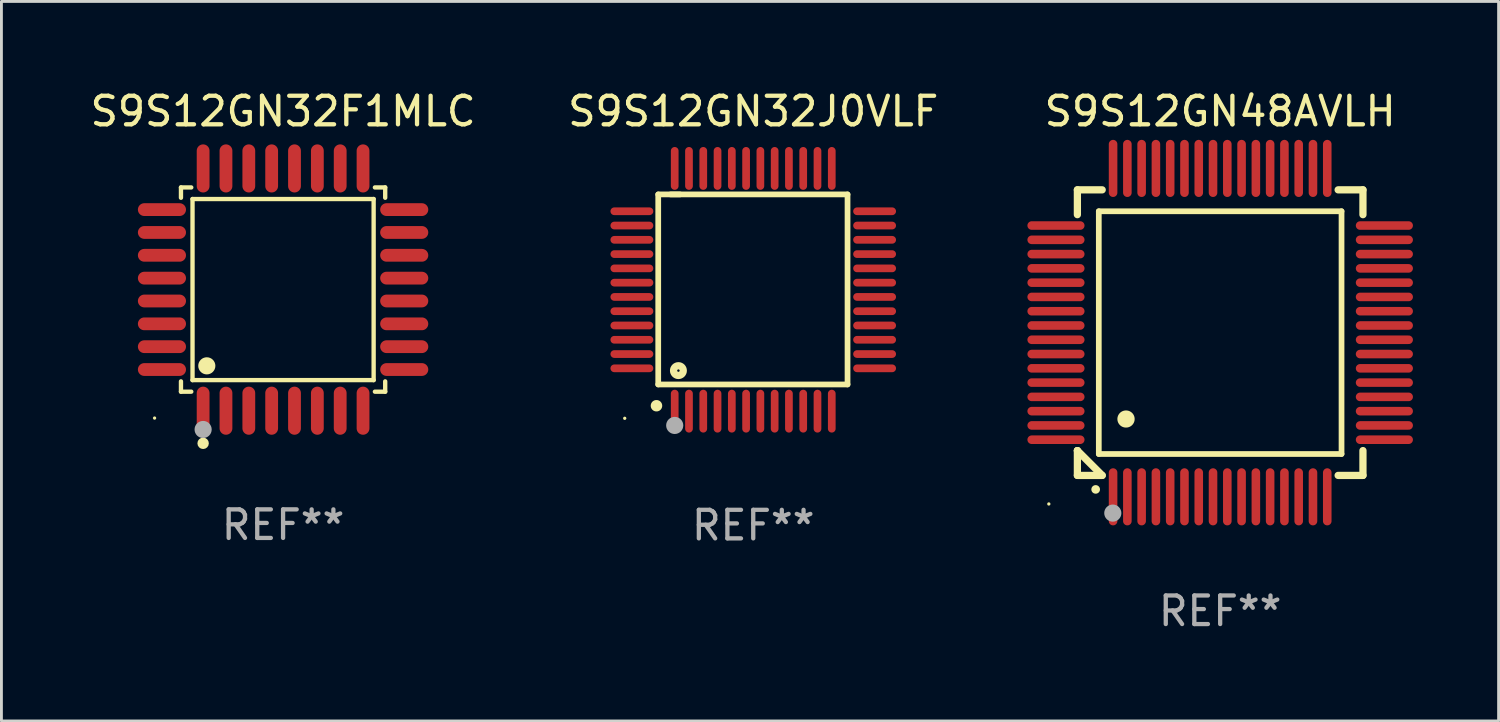
<source format=kicad_pcb>
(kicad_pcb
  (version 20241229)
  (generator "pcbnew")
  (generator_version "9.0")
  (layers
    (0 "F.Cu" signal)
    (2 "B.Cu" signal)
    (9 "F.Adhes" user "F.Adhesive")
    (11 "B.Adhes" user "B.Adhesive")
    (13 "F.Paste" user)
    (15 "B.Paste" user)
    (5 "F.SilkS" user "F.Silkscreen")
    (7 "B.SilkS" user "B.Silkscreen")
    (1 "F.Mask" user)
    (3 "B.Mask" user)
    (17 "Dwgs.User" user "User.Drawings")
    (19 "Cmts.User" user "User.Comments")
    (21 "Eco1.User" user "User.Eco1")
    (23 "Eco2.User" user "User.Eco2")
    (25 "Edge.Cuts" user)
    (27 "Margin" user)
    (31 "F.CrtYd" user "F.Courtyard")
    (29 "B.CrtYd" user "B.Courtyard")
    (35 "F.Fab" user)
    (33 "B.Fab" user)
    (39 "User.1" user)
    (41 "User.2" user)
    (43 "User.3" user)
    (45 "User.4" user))
  (footprint "S9S12GN32F1MLC"
    (layer "F.Cu")
    (at 6.863 7.09)
    (property "Reference" "S9S12GN32F1MLC" (at 0 -6.242 0) (layer "F.SilkS") (effects (font (size 1 1) (thickness 0.15))))
    (attr through_hole)
    (fp_line (start -3.576 -3.576) (end -3.215 -3.576) (stroke (width 0.152) (type solid)) (layer "F.SilkS"))
    (fp_line (start -3.576 -3.215) (end -3.576 -3.576) (stroke (width 0.152) (type solid)) (layer "F.SilkS"))
    (fp_line (start -3.576 3.215) (end -3.576 3.576) (stroke (width 0.152) (type solid)) (layer "F.SilkS"))
    (fp_line (start -3.576 3.576) (end -3.215 3.576) (stroke (width 0.152) (type solid)) (layer "F.SilkS"))
    (fp_line (start -3.171 -3.171) (end 3.171 -3.171) (stroke (width 0.152) (type solid)) (layer "F.SilkS"))
    (fp_line (start -3.171 3.171) (end -3.171 -3.171) (stroke (width 0.152) (type solid)) (layer "F.SilkS"))
    (fp_line (start 3.171 -3.171) (end 3.171 3.171) (stroke (width 0.152) (type solid)) (layer "F.SilkS"))
    (fp_line (start 3.171 3.171) (end -3.171 3.171) (stroke (width 0.152) (type solid)) (layer "F.SilkS"))
    (fp_line (start 3.576 -3.576) (end 3.215 -3.576) (stroke (width 0.152) (type solid)) (layer "F.SilkS"))
    (fp_line (start 3.576 -3.215) (end 3.576 -3.576) (stroke (width 0.152) (type solid)) (layer "F.SilkS"))
    (fp_line (start 3.576 3.215) (end 3.576 3.576) (stroke (width 0.152) (type solid)) (layer "F.SilkS"))
    (fp_line (start 3.576 3.576) (end 3.215 3.576) (stroke (width 0.152) (type solid)) (layer "F.SilkS"))
    (fp_circle (center -4.5 4.5) (end -4.47 4.5) (stroke (width 0.06) (type solid)) (fill no) (layer "F.SilkS"))
    (fp_circle (center -2.8 5.384) (end -2.7 5.384) (stroke (width 0.2) (type solid)) (fill no) (layer "F.SilkS"))
    (fp_circle (center -2.671 2.671) (end -2.521 2.671) (stroke (width 0.3) (type solid)) (fill no) (layer "F.SilkS"))
    (fp_circle (center -2.8 4.9) (end -2.65 4.9) (stroke (width 0.3) (type solid)) (fill no) (layer "F.Fab"))
    (fp_text user "REF**" (at 0 8.242 0) (layer "F.Fab") (effects (font (size 1 1) (thickness 0.15))))
    (pad "1" smd oval (at -2.8 4.242) (size 0.448 1.684) (layers "F.Cu" "F.Mask" "F.Paste"))
    (pad "2" smd oval (at -2 4.242) (size 0.448 1.684) (layers "F.Cu" "F.Mask" "F.Paste"))
    (pad "3" smd oval (at -1.2 4.242) (size 0.448 1.684) (layers "F.Cu" "F.Mask" "F.Paste"))
    (pad "4" smd oval (at -0.4 4.242) (size 0.448 1.684) (layers "F.Cu" "F.Mask" "F.Paste"))
    (pad "5" smd oval (at 0.4 4.242) (size 0.448 1.684) (layers "F.Cu" "F.Mask" "F.Paste"))
    (pad "6" smd oval (at 1.2 4.242) (size 0.448 1.684) (layers "F.Cu" "F.Mask" "F.Paste"))
    (pad "7" smd oval (at 2 4.242) (size 0.448 1.684) (layers "F.Cu" "F.Mask" "F.Paste"))
    (pad "8" smd oval (at 2.8 4.242) (size 0.448 1.684) (layers "F.Cu" "F.Mask" "F.Paste"))
    (pad "9" smd oval (at 4.242 2.8) (size 1.684 0.448) (layers "F.Cu" "F.Mask" "F.Paste"))
    (pad "10" smd oval (at 4.242 2) (size 1.684 0.448) (layers "F.Cu" "F.Mask" "F.Paste"))
    (pad "11" smd oval (at 4.242 1.2) (size 1.684 0.448) (layers "F.Cu" "F.Mask" "F.Paste"))
    (pad "12" smd oval (at 4.242 0.4) (size 1.684 0.448) (layers "F.Cu" "F.Mask" "F.Paste"))
    (pad "13" smd oval (at 4.242 -0.4) (size 1.684 0.448) (layers "F.Cu" "F.Mask" "F.Paste"))
    (pad "14" smd oval (at 4.242 -1.2) (size 1.684 0.448) (layers "F.Cu" "F.Mask" "F.Paste"))
    (pad "15" smd oval (at 4.242 -2) (size 1.684 0.448) (layers "F.Cu" "F.Mask" "F.Paste"))
    (pad "16" smd oval (at 4.242 -2.8) (size 1.684 0.448) (layers "F.Cu" "F.Mask" "F.Paste"))
    (pad "17" smd oval (at 2.8 -4.242) (size 0.448 1.684) (layers "F.Cu" "F.Mask" "F.Paste"))
    (pad "18" smd oval (at 2 -4.242) (size 0.448 1.684) (layers "F.Cu" "F.Mask" "F.Paste"))
    (pad "19" smd oval (at 1.2 -4.242) (size 0.448 1.684) (layers "F.Cu" "F.Mask" "F.Paste"))
    (pad "20" smd oval (at 0.4 -4.242) (size 0.448 1.684) (layers "F.Cu" "F.Mask" "F.Paste"))
    (pad "21" smd oval (at -0.4 -4.242) (size 0.448 1.684) (layers "F.Cu" "F.Mask" "F.Paste"))
    (pad "22" smd oval (at -1.2 -4.242) (size 0.448 1.684) (layers "F.Cu" "F.Mask" "F.Paste"))
    (pad "23" smd oval (at -2 -4.242) (size 0.448 1.684) (layers "F.Cu" "F.Mask" "F.Paste"))
    (pad "24" smd oval (at -2.8 -4.242) (size 0.448 1.684) (layers "F.Cu" "F.Mask" "F.Paste"))
    (pad "25" smd oval (at -4.242 -2.8) (size 1.684 0.448) (layers "F.Cu" "F.Mask" "F.Paste"))
    (pad "26" smd oval (at -4.242 -2) (size 1.684 0.448) (layers "F.Cu" "F.Mask" "F.Paste"))
    (pad "27" smd oval (at -4.242 -1.2) (size 1.684 0.448) (layers "F.Cu" "F.Mask" "F.Paste"))
    (pad "28" smd oval (at -4.242 -0.4) (size 1.684 0.448) (layers "F.Cu" "F.Mask" "F.Paste"))
    (pad "29" smd oval (at -4.242 0.4) (size 1.684 0.448) (layers "F.Cu" "F.Mask" "F.Paste"))
    (pad "30" smd oval (at -4.242 1.2) (size 1.684 0.448) (layers "F.Cu" "F.Mask" "F.Paste"))
    (pad "31" smd oval (at -4.242 2) (size 1.684 0.448) (layers "F.Cu" "F.Mask" "F.Paste"))
    (pad "32" smd oval (at -4.242 2.8) (size 1.684 0.448) (layers "F.Cu" "F.Mask" "F.Paste")))
  (footprint "S9S12GN32J0VLF"
    (layer "F.Cu")
    (at 23.327 7.098)
    (property "Reference" "S9S12GN32J0VLF" (at 0 -6.25 0) (layer "F.SilkS") (effects (font (size 1 1) (thickness 0.15))))
    (attr through_hole)
    (fp_line (start -3.327 -3.34) (end -2.565 -3.34) (stroke (width 0.2) (type solid)) (layer "F.SilkS"))
    (fp_line (start -3.327 3.315) (end -3.327 -3.34) (stroke (width 0.2) (type solid)) (layer "F.SilkS"))
    (fp_line (start -2.896 -3.34) (end 3.302 -3.34) (stroke (width 0.2) (type solid)) (layer "F.SilkS"))
    (fp_line (start 3.302 -3.34) (end 3.302 3.315) (stroke (width 0.2) (type solid)) (layer "F.SilkS"))
    (fp_line (start 3.302 3.315) (end -3.327 3.315) (stroke (width 0.2) (type solid)) (layer "F.SilkS"))
    (fp_arc (start -3.389992 4.059995) (mid -3.388722 4.059991) (end -3.387452 4.059995) (stroke (width 0.4) (type solid)) (layer "F.SilkS"))
    (fp_circle (center -4.5 4.5) (end -4.47 4.5) (stroke (width 0.06) (type solid)) (fill no) (layer "F.SilkS"))
    (fp_circle (center -2.62 2.83) (end -2.45 2.83) (stroke (width 0.254) (type solid)) (fill no) (layer "F.SilkS"))
    (fp_circle (center -2.75 4.75) (end -2.6 4.75) (stroke (width 0.3) (type solid)) (fill no) (layer "F.Fab"))
    (fp_text user "REF**" (at 0 8.25 0) (layer "F.Fab") (effects (font (size 1 1) (thickness 0.15))))
    (pad "1" smd oval (at -2.75 4.25) (size 0.27 1.5) (layers "F.Cu" "F.Mask" "F.Paste"))
    (pad "2" smd oval (at -2.25 4.25) (size 0.27 1.5) (layers "F.Cu" "F.Mask" "F.Paste"))
    (pad "3" smd oval (at -1.75 4.25) (size 0.27 1.5) (layers "F.Cu" "F.Mask" "F.Paste"))
    (pad "4" smd oval (at -1.25 4.25) (size 0.27 1.5) (layers "F.Cu" "F.Mask" "F.Paste"))
    (pad "5" smd oval (at -0.75 4.25) (size 0.27 1.5) (layers "F.Cu" "F.Mask" "F.Paste"))
    (pad "6" smd oval (at -0.25 4.25) (size 0.27 1.5) (layers "F.Cu" "F.Mask" "F.Paste"))
    (pad "7" smd oval (at 0.25 4.25) (size 0.27 1.5) (layers "F.Cu" "F.Mask" "F.Paste"))
    (pad "8" smd oval (at 0.75 4.25) (size 0.27 1.5) (layers "F.Cu" "F.Mask" "F.Paste"))
    (pad "9" smd oval (at 1.25 4.25) (size 0.27 1.5) (layers "F.Cu" "F.Mask" "F.Paste"))
    (pad "10" smd oval (at 1.75 4.25) (size 0.27 1.5) (layers "F.Cu" "F.Mask" "F.Paste"))
    (pad "11" smd oval (at 2.25 4.25) (size 0.27 1.5) (layers "F.Cu" "F.Mask" "F.Paste"))
    (pad "12" smd oval (at 2.75 4.25) (size 0.27 1.5) (layers "F.Cu" "F.Mask" "F.Paste"))
    (pad "13" smd oval (at 4.25 2.75) (size 1.5 0.27) (layers "F.Cu" "F.Mask" "F.Paste"))
    (pad "14" smd oval (at 4.25 2.25) (size 1.5 0.27) (layers "F.Cu" "F.Mask" "F.Paste"))
    (pad "15" smd oval (at 4.25 1.75) (size 1.5 0.27) (layers "F.Cu" "F.Mask" "F.Paste"))
    (pad "16" smd oval (at 4.25 1.25) (size 1.5 0.27) (layers "F.Cu" "F.Mask" "F.Paste"))
    (pad "17" smd oval (at 4.25 0.75) (size 1.5 0.27) (layers "F.Cu" "F.Mask" "F.Paste"))
    (pad "18" smd oval (at 4.25 0.25) (size 1.5 0.27) (layers "F.Cu" "F.Mask" "F.Paste"))
    (pad "19" smd oval (at 4.25 -0.25) (size 1.5 0.27) (layers "F.Cu" "F.Mask" "F.Paste"))
    (pad "20" smd oval (at 4.25 -0.75) (size 1.5 0.27) (layers "F.Cu" "F.Mask" "F.Paste"))
    (pad "21" smd oval (at 4.25 -1.25) (size 1.5 0.27) (layers "F.Cu" "F.Mask" "F.Paste"))
    (pad "22" smd oval (at 4.25 -1.75) (size 1.5 0.27) (layers "F.Cu" "F.Mask" "F.Paste"))
    (pad "23" smd oval (at 4.25 -2.25) (size 1.5 0.27) (layers "F.Cu" "F.Mask" "F.Paste"))
    (pad "24" smd oval (at 4.25 -2.75) (size 1.5 0.27) (layers "F.Cu" "F.Mask" "F.Paste"))
    (pad "25" smd oval (at 2.75 -4.25) (size 0.27 1.5) (layers "F.Cu" "F.Mask" "F.Paste"))
    (pad "26" smd oval (at 2.25 -4.25) (size 0.27 1.5) (layers "F.Cu" "F.Mask" "F.Paste"))
    (pad "27" smd oval (at 1.75 -4.25) (size 0.27 1.5) (layers "F.Cu" "F.Mask" "F.Paste"))
    (pad "28" smd oval (at 1.25 -4.25) (size 0.27 1.5) (layers "F.Cu" "F.Mask" "F.Paste"))
    (pad "29" smd oval (at 0.75 -4.25) (size 0.27 1.5) (layers "F.Cu" "F.Mask" "F.Paste"))
    (pad "30" smd oval (at 0.25 -4.25) (size 0.27 1.5) (layers "F.Cu" "F.Mask" "F.Paste"))
    (pad "31" smd oval (at -0.25 -4.25) (size 0.27 1.5) (layers "F.Cu" "F.Mask" "F.Paste"))
    (pad "32" smd oval (at -0.75 -4.25) (size 0.27 1.5) (layers "F.Cu" "F.Mask" "F.Paste"))
    (pad "33" smd oval (at -1.25 -4.25) (size 0.27 1.5) (layers "F.Cu" "F.Mask" "F.Paste"))
    (pad "34" smd oval (at -1.75 -4.25) (size 0.27 1.5) (layers "F.Cu" "F.Mask" "F.Paste"))
    (pad "35" smd oval (at -2.25 -4.25) (size 0.27 1.5) (layers "F.Cu" "F.Mask" "F.Paste"))
    (pad "36" smd oval (at -2.75 -4.25) (size 0.27 1.5) (layers "F.Cu" "F.Mask" "F.Paste"))
    (pad "37" smd oval (at -4.25 -2.75) (size 1.5 0.27) (layers "F.Cu" "F.Mask" "F.Paste"))
    (pad "38" smd oval (at -4.25 -2.25) (size 1.5 0.27) (layers "F.Cu" "F.Mask" "F.Paste"))
    (pad "39" smd oval (at -4.25 -1.75) (size 1.5 0.27) (layers "F.Cu" "F.Mask" "F.Paste"))
    (pad "40" smd oval (at -4.25 -1.25) (size 1.5 0.27) (layers "F.Cu" "F.Mask" "F.Paste"))
    (pad "41" smd oval (at -4.25 -0.75) (size 1.5 0.27) (layers "F.Cu" "F.Mask" "F.Paste"))
    (pad "42" smd oval (at -4.25 -0.25) (size 1.5 0.27) (layers "F.Cu" "F.Mask" "F.Paste"))
    (pad "43" smd oval (at -4.25 0.25) (size 1.5 0.27) (layers "F.Cu" "F.Mask" "F.Paste"))
    (pad "44" smd oval (at -4.25 0.75) (size 1.5 0.27) (layers "F.Cu" "F.Mask" "F.Paste"))
    (pad "45" smd oval (at -4.25 1.25) (size 1.5 0.27) (layers "F.Cu" "F.Mask" "F.Paste"))
    (pad "46" smd oval (at -4.25 1.75) (size 1.5 0.27) (layers "F.Cu" "F.Mask" "F.Paste"))
    (pad "47" smd oval (at -4.25 2.25) (size 1.5 0.27) (layers "F.Cu" "F.Mask" "F.Paste"))
    (pad "48" smd oval (at -4.25 2.75) (size 1.5 0.27) (layers "F.Cu" "F.Mask" "F.Paste")))
  (footprint "S9S12GN48AVLH"
    (layer "F.Cu")
    (at 39.678 8.598)
    (property "Reference" "S9S12GN48AVLH" (at 0 -7.75 0) (layer "F.SilkS") (effects (font (size 1 1) (thickness 0.15))))
    (attr through_hole)
    (fp_line (start -5 -5) (end -4.131 -5) (stroke (width 0.254) (type solid)) (layer "F.SilkS"))
    (fp_line (start -5 -4.131) (end -5 -5) (stroke (width 0.254) (type solid)) (layer "F.SilkS"))
    (fp_line (start -5 4.131) (end -5 4.131) (stroke (width 0.254) (type solid)) (layer "F.SilkS"))
    (fp_line (start -5 5) (end -5 4.131) (stroke (width 0.254) (type solid)) (layer "F.SilkS"))
    (fp_line (start -5 4.131) (end -4.131 5) (stroke (width 0.254) (type solid)) (layer "F.SilkS"))
    (fp_line (start -4.25 -4.25) (end -4.25 4.25) (stroke (width 0.2) (type solid)) (layer "F.SilkS"))
    (fp_line (start -4.25 4.25) (end 4.25 4.25) (stroke (width 0.2) (type solid)) (layer "F.SilkS"))
    (fp_line (start -4.131 5) (end -5 5) (stroke (width 0.254) (type solid)) (layer "F.SilkS"))
    (fp_line (start 4.25 -4.25) (end -4.25 -4.25) (stroke (width 0.2) (type solid)) (layer "F.SilkS"))
    (fp_line (start 4.25 4.25) (end 4.25 -4.25) (stroke (width 0.2) (type solid)) (layer "F.SilkS"))
    (fp_line (start 5 -5) (end 4.131 -5) (stroke (width 0.254) (type solid)) (layer "F.SilkS"))
    (fp_line (start 5 -5) (end 5 -4.131) (stroke (width 0.254) (type solid)) (layer "F.SilkS"))
    (fp_line (start 5 4.131) (end 5 5) (stroke (width 0.254) (type solid)) (layer "F.SilkS"))
    (fp_line (start 5 5) (end 4.131 5) (stroke (width 0.254) (type solid)) (layer "F.SilkS"))
    (fp_arc (start -4.361265 5.489992) (mid -4.359995 5.489987) (end -4.358725 5.489992) (stroke (width 0.3) (type solid)) (layer "F.SilkS"))
    (fp_arc (start -3.299467 3.025146) (mid -3.296927 3.025135) (end -3.294387 3.025146) (stroke (width 0.6) (type solid)) (layer "F.SilkS"))
    (fp_circle (center -6 6) (end -5.97 6) (stroke (width 0.06) (type solid)) (fill no) (layer "F.SilkS"))
    (fp_circle (center -3.76 6.32) (end -3.61 6.32) (stroke (width 0.3) (type solid)) (fill no) (layer "F.Fab"))
    (fp_text user "REF**" (at 0 9.75 0) (layer "F.Fab") (effects (font (size 1 1) (thickness 0.15))))
    (pad "1" smd oval (at -3.75 5.75) (size 0.3 2) (layers "F.Cu" "F.Mask" "F.Paste"))
    (pad "2" smd oval (at -3.25 5.75) (size 0.3 2) (layers "F.Cu" "F.Mask" "F.Paste"))
    (pad "3" smd oval (at -2.75 5.75) (size 0.3 2) (layers "F.Cu" "F.Mask" "F.Paste"))
    (pad "4" smd oval (at -2.25 5.75) (size 0.3 2) (layers "F.Cu" "F.Mask" "F.Paste"))
    (pad "5" smd oval (at -1.75 5.75) (size 0.3 2) (layers "F.Cu" "F.Mask" "F.Paste"))
    (pad "6" smd oval (at -1.25 5.75) (size 0.3 2) (layers "F.Cu" "F.Mask" "F.Paste"))
    (pad "7" smd oval (at -0.75 5.75) (size 0.3 2) (layers "F.Cu" "F.Mask" "F.Paste"))
    (pad "8" smd oval (at -0.25 5.75) (size 0.3 2) (layers "F.Cu" "F.Mask" "F.Paste"))
    (pad "9" smd oval (at 0.25 5.75) (size 0.3 2) (layers "F.Cu" "F.Mask" "F.Paste"))
    (pad "10" smd oval (at 0.75 5.75) (size 0.3 2) (layers "F.Cu" "F.Mask" "F.Paste"))
    (pad "11" smd oval (at 1.25 5.75) (size 0.3 2) (layers "F.Cu" "F.Mask" "F.Paste"))
    (pad "12" smd oval (at 1.75 5.75) (size 0.3 2) (layers "F.Cu" "F.Mask" "F.Paste"))
    (pad "13" smd oval (at 2.25 5.75) (size 0.3 2) (layers "F.Cu" "F.Mask" "F.Paste"))
    (pad "14" smd oval (at 2.75 5.75) (size 0.3 2) (layers "F.Cu" "F.Mask" "F.Paste"))
    (pad "15" smd oval (at 3.25 5.75) (size 0.3 2) (layers "F.Cu" "F.Mask" "F.Paste"))
    (pad "16" smd oval (at 3.75 5.75) (size 0.3 2) (layers "F.Cu" "F.Mask" "F.Paste"))
    (pad "17" smd oval (at 5.75 3.75) (size 2 0.3) (layers "F.Cu" "F.Mask" "F.Paste"))
    (pad "18" smd oval (at 5.75 3.25) (size 2 0.3) (layers "F.Cu" "F.Mask" "F.Paste"))
    (pad "19" smd oval (at 5.75 2.75) (size 2 0.3) (layers "F.Cu" "F.Mask" "F.Paste"))
    (pad "20" smd oval (at 5.75 2.25) (size 2 0.3) (layers "F.Cu" "F.Mask" "F.Paste"))
    (pad "21" smd oval (at 5.75 1.75) (size 2 0.3) (layers "F.Cu" "F.Mask" "F.Paste"))
    (pad "22" smd oval (at 5.75 1.25) (size 2 0.3) (layers "F.Cu" "F.Mask" "F.Paste"))
    (pad "23" smd oval (at 5.75 0.75) (size 2 0.3) (layers "F.Cu" "F.Mask" "F.Paste"))
    (pad "24" smd oval (at 5.75 0.25) (size 2 0.3) (layers "F.Cu" "F.Mask" "F.Paste"))
    (pad "25" smd oval (at 5.75 -0.25) (size 2 0.3) (layers "F.Cu" "F.Mask" "F.Paste"))
    (pad "26" smd oval (at 5.75 -0.75) (size 2 0.3) (layers "F.Cu" "F.Mask" "F.Paste"))
    (pad "27" smd oval (at 5.75 -1.25) (size 2 0.3) (layers "F.Cu" "F.Mask" "F.Paste"))
    (pad "28" smd oval (at 5.75 -1.75) (size 2 0.3) (layers "F.Cu" "F.Mask" "F.Paste"))
    (pad "29" smd oval (at 5.75 -2.25) (size 2 0.3) (layers "F.Cu" "F.Mask" "F.Paste"))
    (pad "30" smd oval (at 5.75 -2.75) (size 2 0.3) (layers "F.Cu" "F.Mask" "F.Paste"))
    (pad "31" smd oval (at 5.75 -3.25) (size 2 0.3) (layers "F.Cu" "F.Mask" "F.Paste"))
    (pad "32" smd oval (at 5.75 -3.75) (size 2 0.3) (layers "F.Cu" "F.Mask" "F.Paste"))
    (pad "33" smd oval (at 3.75 -5.75) (size 0.3 2) (layers "F.Cu" "F.Mask" "F.Paste"))
    (pad "34" smd oval (at 3.25 -5.75) (size 0.3 2) (layers "F.Cu" "F.Mask" "F.Paste"))
    (pad "35" smd oval (at 2.75 -5.75) (size 0.3 2) (layers "F.Cu" "F.Mask" "F.Paste"))
    (pad "36" smd oval (at 2.25 -5.75) (size 0.3 2) (layers "F.Cu" "F.Mask" "F.Paste"))
    (pad "37" smd oval (at 1.75 -5.75) (size 0.3 2) (layers "F.Cu" "F.Mask" "F.Paste"))
    (pad "38" smd oval (at 1.25 -5.75) (size 0.3 2) (layers "F.Cu" "F.Mask" "F.Paste"))
    (pad "39" smd oval (at 0.75 -5.75) (size 0.3 2) (layers "F.Cu" "F.Mask" "F.Paste"))
    (pad "40" smd oval (at 0.25 -5.75) (size 0.3 2) (layers "F.Cu" "F.Mask" "F.Paste"))
    (pad "41" smd oval (at -0.25 -5.75) (size 0.3 2) (layers "F.Cu" "F.Mask" "F.Paste"))
    (pad "42" smd oval (at -0.75 -5.75) (size 0.3 2) (layers "F.Cu" "F.Mask" "F.Paste"))
    (pad "43" smd oval (at -1.25 -5.75) (size 0.3 2) (layers "F.Cu" "F.Mask" "F.Paste"))
    (pad "44" smd oval (at -1.75 -5.75) (size 0.3 2) (layers "F.Cu" "F.Mask" "F.Paste"))
    (pad "45" smd oval (at -2.25 -5.75) (size 0.3 2) (layers "F.Cu" "F.Mask" "F.Paste"))
    (pad "46" smd oval (at -2.75 -5.75) (size 0.3 2) (layers "F.Cu" "F.Mask" "F.Paste"))
    (pad "47" smd oval (at -3.25 -5.75) (size 0.3 2) (layers "F.Cu" "F.Mask" "F.Paste"))
    (pad "48" smd oval (at -3.75 -5.75) (size 0.3 2) (layers "F.Cu" "F.Mask" "F.Paste"))
    (pad "49" smd oval (at -5.75 -3.75) (size 2 0.3) (layers "F.Cu" "F.Mask" "F.Paste"))
    (pad "50" smd oval (at -5.75 -3.25) (size 2 0.3) (layers "F.Cu" "F.Mask" "F.Paste"))
    (pad "51" smd oval (at -5.75 -2.75) (size 2 0.3) (layers "F.Cu" "F.Mask" "F.Paste"))
    (pad "52" smd oval (at -5.75 -2.25) (size 2 0.3) (layers "F.Cu" "F.Mask" "F.Paste"))
    (pad "53" smd oval (at -5.75 -1.75) (size 2 0.3) (layers "F.Cu" "F.Mask" "F.Paste"))
    (pad "54" smd oval (at -5.75 -1.25) (size 2 0.3) (layers "F.Cu" "F.Mask" "F.Paste"))
    (pad "55" smd oval (at -5.75 -0.75) (size 2 0.3) (layers "F.Cu" "F.Mask" "F.Paste"))
    (pad "56" smd oval (at -5.75 -0.25) (size 2 0.3) (layers "F.Cu" "F.Mask" "F.Paste"))
    (pad "57" smd oval (at -5.75 0.25) (size 2 0.3) (layers "F.Cu" "F.Mask" "F.Paste"))
    (pad "58" smd oval (at -5.75 0.75) (size 2 0.3) (layers "F.Cu" "F.Mask" "F.Paste"))
    (pad "59" smd oval (at -5.75 1.25) (size 2 0.3) (layers "F.Cu" "F.Mask" "F.Paste"))
    (pad "60" smd oval (at -5.75 1.75) (size 2 0.3) (layers "F.Cu" "F.Mask" "F.Paste"))
    (pad "61" smd oval (at -5.75 2.25) (size 2 0.3) (layers "F.Cu" "F.Mask" "F.Paste"))
    (pad "62" smd oval (at -5.75 2.75) (size 2 0.3) (layers "F.Cu" "F.Mask" "F.Paste"))
    (pad "63" smd oval (at -5.75 3.25) (size 2 0.3) (layers "F.Cu" "F.Mask" "F.Paste"))
    (pad "64" smd oval (at -5.75 3.75) (size 2 0.3) (layers "F.Cu" "F.Mask" "F.Paste")))
  (gr_rect
    (start -3 -3)
    (end 49.428 22.196)
    (stroke (width 0.1) (type default))
    (fill no)
    (layer "Edge.Cuts")))
</source>
